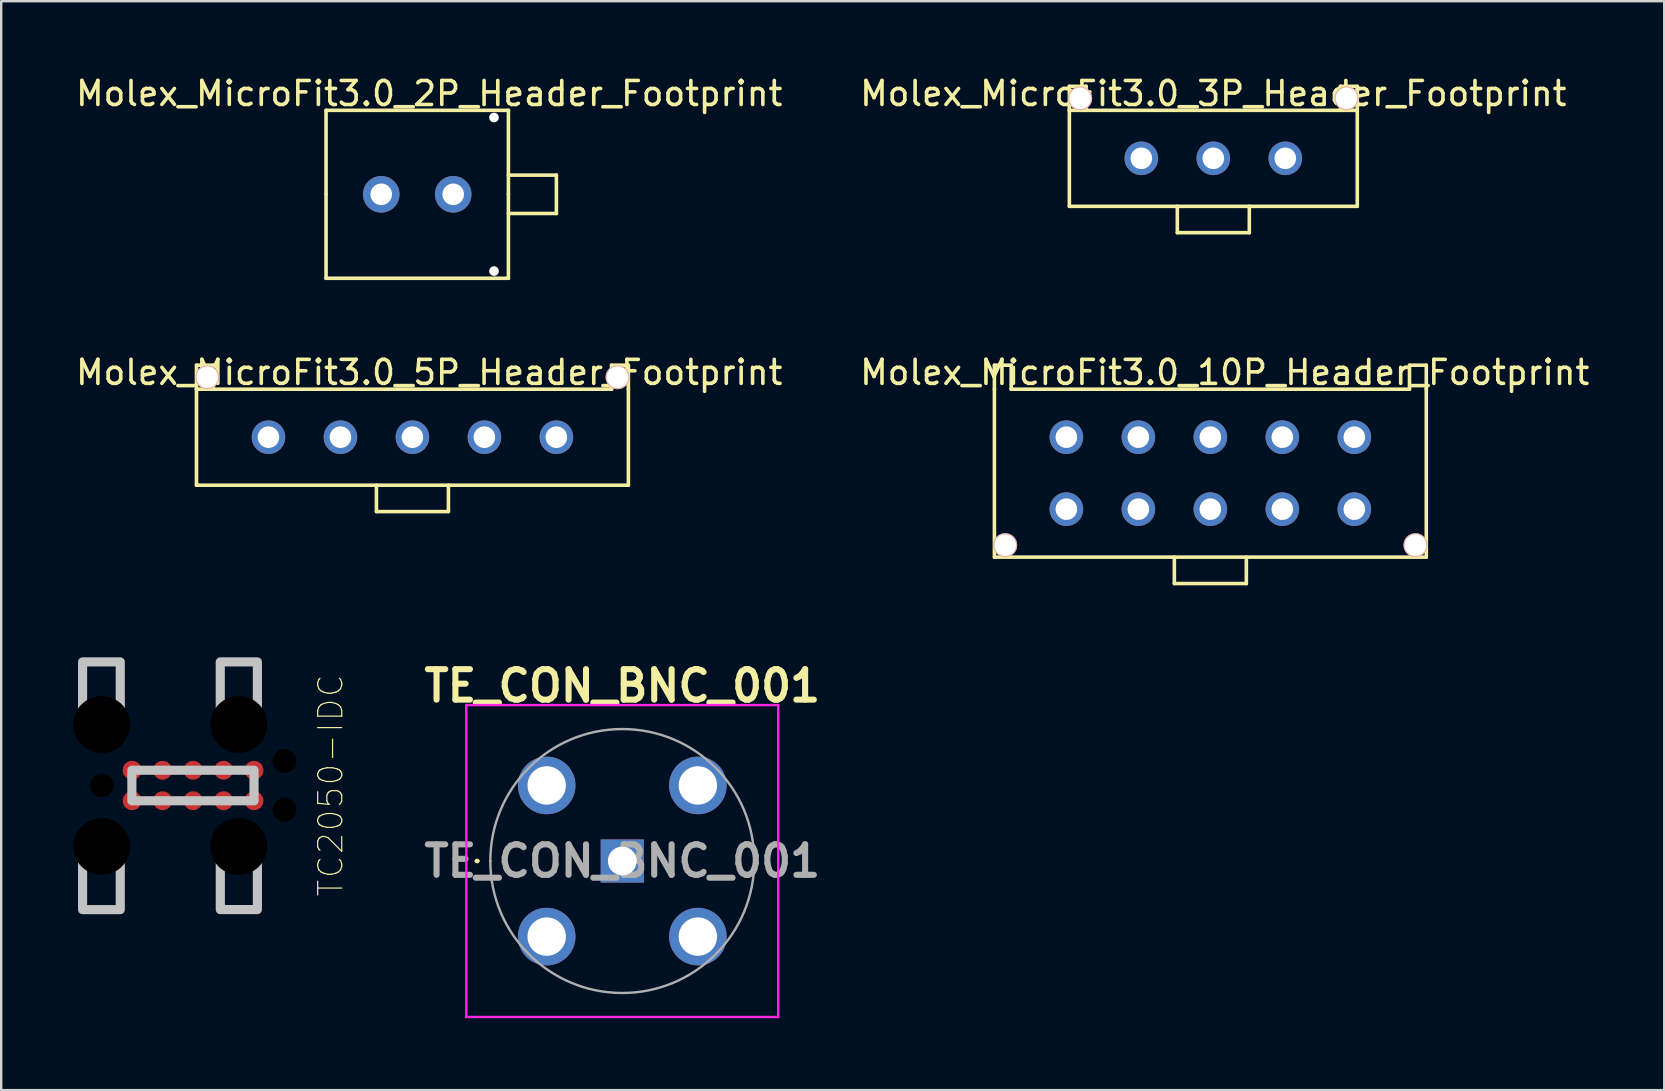
<source format=kicad_pcb>
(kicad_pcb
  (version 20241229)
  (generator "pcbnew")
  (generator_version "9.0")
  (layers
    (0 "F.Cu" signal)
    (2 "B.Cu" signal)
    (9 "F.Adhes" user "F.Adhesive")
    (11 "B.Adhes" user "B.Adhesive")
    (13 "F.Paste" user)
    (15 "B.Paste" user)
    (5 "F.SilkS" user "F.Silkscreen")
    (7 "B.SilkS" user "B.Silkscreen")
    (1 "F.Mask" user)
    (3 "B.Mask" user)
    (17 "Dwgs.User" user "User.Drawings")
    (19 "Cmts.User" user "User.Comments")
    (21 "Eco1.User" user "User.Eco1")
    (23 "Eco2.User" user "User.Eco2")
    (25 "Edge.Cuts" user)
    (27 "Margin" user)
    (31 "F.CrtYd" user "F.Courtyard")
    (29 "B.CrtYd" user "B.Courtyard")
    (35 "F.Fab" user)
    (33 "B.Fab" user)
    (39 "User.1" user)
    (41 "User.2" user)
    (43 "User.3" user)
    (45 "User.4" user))
  (footprint "Molex_MicroFit3.0_3P_Header_Footprint"
    (layer "F.Cu")
    (at 44.518 3.548)
    (property "Reference" "Molex_MicroFit3.0_3P_Header_Footprint" (at 3 -2.7 0) (layer "F.SilkS") (effects (font (size 1 1) (thickness 0.15))))
    (attr through_hole)
    (fp_line (start -3 -3) (end -2.3 -3) (stroke (width 0.15) (type solid)) (layer "F.SilkS"))
    (fp_line (start -3 -2) (end -3 -3) (stroke (width 0.15) (type solid)) (layer "F.SilkS"))
    (fp_line (start -3 -2) (end -3 2) (stroke (width 0.15) (type solid)) (layer "F.SilkS"))
    (fp_line (start -3 2) (end 9 2) (stroke (width 0.15) (type solid)) (layer "F.SilkS"))
    (fp_line (start -2.3 -3) (end -2.3 -2) (stroke (width 0.15) (type solid)) (layer "F.SilkS"))
    (fp_line (start 1.5 3.1) (end 1.5 2) (stroke (width 0.15) (type solid)) (layer "F.SilkS"))
    (fp_line (start 4.5 2) (end 4.5 3.1) (stroke (width 0.15) (type solid)) (layer "F.SilkS"))
    (fp_line (start 4.5 3.1) (end 1.5 3.1) (stroke (width 0.15) (type solid)) (layer "F.SilkS"))
    (fp_line (start 8.3 -3) (end 8.3 -2) (stroke (width 0.15) (type solid)) (layer "F.SilkS"))
    (fp_line (start 9 -3) (end 8.3 -3) (stroke (width 0.15) (type solid)) (layer "F.SilkS"))
    (fp_line (start 9 -2) (end -3 -2) (stroke (width 0.15) (type solid)) (layer "F.SilkS"))
    (fp_line (start 9 -2) (end 9 -3) (stroke (width 0.15) (type solid)) (layer "F.SilkS"))
    (fp_line (start 9 2) (end 9 -2) (stroke (width 0.15) (type solid)) (layer "F.SilkS"))
    (pad "" np_thru_hole circle (at -2.55 -2.5) (size 1 1) (drill 0.9) (layers "*.Cu" "*.Mask" "B.SilkS"))
    (pad "" np_thru_hole circle (at 8.55 -2.5) (size 1 1) (drill 0.9) (layers "*.Cu" "*.Mask" "B.SilkS"))
    (pad "1" thru_hole circle (at 0 0) (size 1.4 1.4) (drill 0.9) (layers "*.Cu" "*.Mask"))
    (pad "2" thru_hole circle (at 3 0) (size 1.4 1.4) (drill 0.9) (layers "*.Cu" "*.Mask"))
    (pad "3" thru_hole circle (at 6 0) (size 1.4 1.4) (drill 0.9) (layers "*.Cu" "*.Mask")))
  (footprint "Molex_MicroFit3.0_2P_Header_Footprint"
    (layer "F.Cu")
    (at 12.839 5.048)
    (property "Reference" "Molex_MicroFit3.0_2P_Header_Footprint" (at 2 -4.2 0) (layer "F.SilkS") (effects (font (size 1 1) (thickness 0.15))))
    (attr through_hole)
    (fp_line (start -2.3 -3.5) (end 5.3 -3.5) (stroke (width 0.15) (type solid)) (layer "F.SilkS"))
    (fp_line (start -2.3 0) (end -2.3 -3.5) (stroke (width 0.15) (type solid)) (layer "F.SilkS"))
    (fp_line (start -2.3 3.5) (end -2.3 0) (stroke (width 0.15) (type solid)) (layer "F.SilkS"))
    (fp_line (start 5.3 -3.5) (end 5.3 0) (stroke (width 0.15) (type solid)) (layer "F.SilkS"))
    (fp_line (start 5.3 -0.8) (end 7.3 -0.8) (stroke (width 0.15) (type solid)) (layer "F.SilkS"))
    (fp_line (start 5.3 0) (end 5.3 3.5) (stroke (width 0.15) (type solid)) (layer "F.SilkS"))
    (fp_line (start 5.3 3.5) (end -2.3 3.5) (stroke (width 0.15) (type solid)) (layer "F.SilkS"))
    (fp_line (start 7.3 -0.8) (end 7.3 0.8) (stroke (width 0.15) (type solid)) (layer "F.SilkS"))
    (fp_line (start 7.3 0.8) (end 5.3 0.8) (stroke (width 0.15) (type solid)) (layer "F.SilkS"))
    (pad "" np_thru_hole circle (at 4.7 -3.2) (size 0.4 0.4) (drill 0.4) (layers "*.Cu" "*.Mask"))
    (pad "" np_thru_hole circle (at 4.7 3.2) (size 0.4 0.4) (drill 0.4) (layers "*.Cu" "*.Mask"))
    (pad "1" thru_hole circle (at 0 0) (size 1.524 1.524) (drill 0.9) (layers "*.Cu" "*.Mask"))
    (pad "2" thru_hole circle (at 3 0) (size 1.524 1.524) (drill 0.9) (layers "*.Cu" "*.Mask")))
  (footprint "TE_CON_BNC_001"
    (layer "F.Cu")
    (at 22.885 32.835)
    (property "Reference" "TE_CON_BNC_001" (at 0 -7.3 0) (layer "F.SilkS") (effects (font (size 1.27 1.27) (thickness 0.254))))
    (attr through_hole)
    (fp_line (start -6.1 0) (end -6.1 0) (stroke (width 0.1) (type solid)) (layer "F.SilkS"))
    (fp_line (start -6 0) (end -6 0) (stroke (width 0.1) (type solid)) (layer "F.SilkS"))
    (fp_arc (start -6.1 0) (mid -6.05 -0.05) (end -6 0) (stroke (width 0.1) (type solid)) (layer "F.SilkS"))
    (fp_arc (start -6 0) (mid -6.05 0.05) (end -6.1 0) (stroke (width 0.1) (type solid)) (layer "F.SilkS"))
    (fp_line (start -6.5 -6.5) (end 6.5 -6.5) (stroke (width 0.1) (type solid)) (layer "F.CrtYd"))
    (fp_line (start -6.5 6.5) (end -6.5 -6.5) (stroke (width 0.1) (type solid)) (layer "F.CrtYd"))
    (fp_line (start 6.5 -6.5) (end 6.5 6.5) (stroke (width 0.1) (type solid)) (layer "F.CrtYd"))
    (fp_line (start 6.5 6.5) (end -6.5 6.5) (stroke (width 0.1) (type solid)) (layer "F.CrtYd"))
    (fp_line (start -5.5 0) (end -5.5 0) (stroke (width 0.1) (type solid)) (layer "F.Fab"))
    (fp_line (start 5.5 0) (end 5.5 0) (stroke (width 0.1) (type solid)) (layer "F.Fab"))
    (fp_arc (start -5.5 0) (mid 0 -5.5) (end 5.5 0) (stroke (width 0.1) (type solid)) (layer "F.Fab"))
    (fp_arc (start 5.5 0) (mid 0 5.5) (end -5.5 0) (stroke (width 0.1) (type solid)) (layer "F.Fab"))
    (fp_text user "${REFERENCE}" (at 0 0 0) (layer "F.Fab") (effects (font (size 1.27 1.27) (thickness 0.254))))
    (pad "1" thru_hole rect (at 0 0) (size 1.8 1.8) (drill 1.2) (layers "*.Cu" "*.Mask"))
    (pad "2" thru_hole circle (at -3.15 -3.15) (size 2.4 2.4) (drill 1.6) (layers "*.Cu" "*.Mask"))
    (pad "3" thru_hole circle (at -3.15 3.15) (size 2.4 2.4) (drill 1.6) (layers "*.Cu" "*.Mask"))
    (pad "4" thru_hole circle (at 3.15 3.15) (size 2.4 2.4) (drill 1.6) (layers "*.Cu" "*.Mask"))
    (pad "5" thru_hole circle (at 3.15 -3.15) (size 2.4 2.4) (drill 1.6) (layers "*.Cu" "*.Mask")))
  (footprint "Molex_MicroFit3.0_5P_Header_Footprint"
    (layer "F.Cu")
    (at 8.139 15.171)
    (property "Reference" "Molex_MicroFit3.0_5P_Header_Footprint" (at 6.7 -2.7 0) (layer "F.SilkS") (effects (font (size 1 1) (thickness 0.15))))
    (attr through_hole)
    (fp_line (start -3 -3) (end -2.3 -3) (stroke (width 0.15) (type solid)) (layer "F.SilkS"))
    (fp_line (start -3 -2) (end -3 -3) (stroke (width 0.15) (type solid)) (layer "F.SilkS"))
    (fp_line (start -3 -2) (end -3 2) (stroke (width 0.15) (type solid)) (layer "F.SilkS"))
    (fp_line (start -3 2) (end 15 2) (stroke (width 0.15) (type solid)) (layer "F.SilkS"))
    (fp_line (start -2.3 -3) (end -2.3 -2) (stroke (width 0.15) (type solid)) (layer "F.SilkS"))
    (fp_line (start 4.5 2) (end 4.5 3.1) (stroke (width 0.15) (type solid)) (layer "F.SilkS"))
    (fp_line (start 4.5 3.1) (end 7.5 3.1) (stroke (width 0.15) (type solid)) (layer "F.SilkS"))
    (fp_line (start 7.5 3.1) (end 7.5 2) (stroke (width 0.15) (type solid)) (layer "F.SilkS"))
    (fp_line (start 14.3 -3) (end 14.3 -2) (stroke (width 0.15) (type solid)) (layer "F.SilkS"))
    (fp_line (start 14.3 -2) (end -3 -2) (stroke (width 0.15) (type solid)) (layer "F.SilkS"))
    (fp_line (start 15 -3) (end 14.3 -3) (stroke (width 0.15) (type solid)) (layer "F.SilkS"))
    (fp_line (start 15 -2) (end 15 -3) (stroke (width 0.15) (type solid)) (layer "F.SilkS"))
    (fp_line (start 15 2) (end 15 -2) (stroke (width 0.15) (type solid)) (layer "F.SilkS"))
    (pad "" np_thru_hole circle (at -2.55 -2.5) (size 1 1) (drill 0.9) (layers "*.Cu" "*.Mask" "B.SilkS"))
    (pad "" np_thru_hole circle (at 14.55 -2.5) (size 1 1) (drill 0.9) (layers "*.Cu" "*.Mask" "B.SilkS"))
    (pad "1" thru_hole circle (at 0 0) (size 1.4 1.4) (drill 0.9) (layers "*.Cu" "*.Mask"))
    (pad "2" thru_hole circle (at 3 0) (size 1.4 1.4) (drill 0.9) (layers "*.Cu" "*.Mask"))
    (pad "3" thru_hole circle (at 6 0) (size 1.4 1.4) (drill 0.9) (layers "*.Cu" "*.Mask"))
    (pad "4" thru_hole circle (at 9 0) (size 1.4 1.4) (drill 0.9) (layers "*.Cu" "*.Mask"))
    (pad "5" thru_hole circle (at 12 0) (size 1.4 1.4) (drill 0.9) (layers "*.Cu" "*.Mask")))
  (footprint "TC2050-IDC"
    (layer "F.Cu")
    (at 4.997 29.687)
    (property "Reference" "TC2050-IDC" (at 5.734 -0.00001 90) (layer "F.SilkS") (effects (font (size 1.003 1.003) (thickness 0.05))))
    (attr smd)
    (fp_poly (pts (xy -4.605 -5.15) (xy -3.035 -5.15) (xy -3.035 -2.551) (xy -4.605 -2.551)) (stroke (width 0.381) (type solid)) (fill no) (layer "Dwgs.User"))
    (fp_poly (pts (xy -4.605 2.54) (xy -3.035 2.54) (xy -3.035 5.173) (xy -4.605 5.173)) (stroke (width 0.381) (type solid)) (fill no) (layer "Dwgs.User"))
    (fp_poly (pts (xy -2.551 -0.635) (xy 2.54 -0.635) (xy 2.54 0.638) (xy -2.551 0.638)) (stroke (width 0.381) (type solid)) (fill no) (layer "Dwgs.User"))
    (fp_poly (pts (xy 1.133 -5.15) (xy 2.68 -5.15) (xy 2.68 -2.546) (xy 1.133 -2.546)) (stroke (width 0.381) (type solid)) (fill no) (layer "Dwgs.User"))
    (fp_poly (pts (xy 1.135 2.54) (xy 2.68 2.54) (xy 2.68 5.172) (xy 1.135 5.172)) (stroke (width 0.381) (type solid)) (fill no) (layer "Dwgs.User"))
    (pad "" np_thru_hole circle (at -3.81 -2.54) (size 2.375 2.375) (drill 2.375) (layers))
    (pad "" np_thru_hole circle (at -3.81 0) (size 0.991 0.991) (drill 0.991) (layers))
    (pad "" np_thru_hole circle (at -3.81 2.54) (size 2.375 2.375) (drill 2.375) (layers))
    (pad "" np_thru_hole circle (at 1.905 -2.54) (size 2.375 2.375) (drill 2.375) (layers))
    (pad "" np_thru_hole circle (at 1.905 2.54) (size 2.375 2.375) (drill 2.375) (layers))
    (pad "" np_thru_hole circle (at 3.81 -1.016) (size 0.991 0.991) (drill 0.991) (layers))
    (pad "" np_thru_hole circle (at 3.81 1.016) (size 0.991 0.991) (drill 0.991) (layers))
    (pad "1" smd circle (at -2.54 0.635) (size 0.787 0.787) (layers "F.Cu" "F.Mask" "F.Paste"))
    (pad "2" smd circle (at -2.54 -0.635) (size 0.787 0.787) (layers "F.Cu" "F.Mask" "F.Paste"))
    (pad "3" smd circle (at -1.27 0.635) (size 0.787 0.787) (layers "F.Cu" "F.Mask" "F.Paste"))
    (pad "4" smd circle (at -1.27 -0.635) (size 0.787 0.787) (layers "F.Cu" "F.Mask" "F.Paste"))
    (pad "5" smd circle (at 0 0.635) (size 0.787 0.787) (layers "F.Cu" "F.Mask" "F.Paste"))
    (pad "6" smd circle (at 0 -0.635) (size 0.787 0.787) (layers "F.Cu" "F.Mask" "F.Paste"))
    (pad "7" smd circle (at 1.27 0.635) (size 0.787 0.787) (layers "F.Cu" "F.Mask" "F.Paste"))
    (pad "8" smd circle (at 1.27 -0.635) (size 0.787 0.787) (layers "F.Cu" "F.Mask" "F.Paste"))
    (pad "9" smd circle (at 2.54 0.635) (size 0.787 0.787) (layers "F.Cu" "F.Mask" "F.Paste"))
    (pad "10" smd circle (at 2.54 -0.635) (size 0.787 0.787) (layers "F.Cu" "F.Mask" "F.Paste")))
  (footprint "Molex_MicroFit3.0_10P_Header_Footprint"
    (layer "F.Cu")
    (at 41.394 15.171)
    (property "Reference" "Molex_MicroFit3.0_10P_Header_Footprint" (at 6.6 -2.7 0) (layer "F.SilkS") (effects (font (size 1 1) (thickness 0.15))))
    (attr through_hole)
    (fp_line (start -3 -3) (end -2.3 -3) (stroke (width 0.15) (type solid)) (layer "F.SilkS"))
    (fp_line (start -3 -2) (end -3 -3) (stroke (width 0.15) (type solid)) (layer "F.SilkS"))
    (fp_line (start -3 -2) (end -3 5) (stroke (width 0.15) (type solid)) (layer "F.SilkS"))
    (fp_line (start -3 5) (end 15 5) (stroke (width 0.15) (type solid)) (layer "F.SilkS"))
    (fp_line (start -2.3 -3) (end -2.3 -2) (stroke (width 0.15) (type solid)) (layer "F.SilkS"))
    (fp_line (start 4.5 5) (end 4.5 6.1) (stroke (width 0.15) (type solid)) (layer "F.SilkS"))
    (fp_line (start 4.5 6.1) (end 7.5 6.1) (stroke (width 0.15) (type solid)) (layer "F.SilkS"))
    (fp_line (start 7.5 6.1) (end 7.5 5) (stroke (width 0.15) (type solid)) (layer "F.SilkS"))
    (fp_line (start 14.3 -3) (end 14.3 -2) (stroke (width 0.15) (type solid)) (layer "F.SilkS"))
    (fp_line (start 14.3 -2) (end -2.3 -2) (stroke (width 0.15) (type solid)) (layer "F.SilkS"))
    (fp_line (start 15 -3) (end 14.3 -3) (stroke (width 0.15) (type solid)) (layer "F.SilkS"))
    (fp_line (start 15 -2) (end 15 -3) (stroke (width 0.15) (type solid)) (layer "F.SilkS"))
    (fp_line (start 15 5) (end 15 -2) (stroke (width 0.15) (type solid)) (layer "F.SilkS"))
    (pad "" np_thru_hole circle (at -2.55 4.5) (size 1 1) (drill 0.9) (layers "*.Cu" "*.Mask" "B.SilkS"))
    (pad "" np_thru_hole circle (at 14.55 4.5) (size 1 1) (drill 0.9) (layers "*.Cu" "*.Mask" "B.SilkS"))
    (pad "1" thru_hole circle (at 0 0) (size 1.4 1.4) (drill 0.9) (layers "*.Cu" "*.Mask"))
    (pad "2" thru_hole circle (at 0 3) (size 1.4 1.4) (drill 0.9) (layers "*.Cu" "*.Mask"))
    (pad "3" thru_hole circle (at 3 0) (size 1.4 1.4) (drill 0.9) (layers "*.Cu" "*.Mask"))
    (pad "4" thru_hole circle (at 3 3) (size 1.4 1.4) (drill 0.9) (layers "*.Cu" "*.Mask"))
    (pad "5" thru_hole circle (at 6 0) (size 1.4 1.4) (drill 0.9) (layers "*.Cu" "*.Mask"))
    (pad "6" thru_hole circle (at 6 3) (size 1.4 1.4) (drill 0.9) (layers "*.Cu" "*.Mask"))
    (pad "7" thru_hole circle (at 9 0) (size 1.4 1.4) (drill 0.9) (layers "*.Cu" "*.Mask"))
    (pad "8" thru_hole circle (at 9 3) (size 1.4 1.4) (drill 0.9) (layers "*.Cu" "*.Mask"))
    (pad "9" thru_hole circle (at 12 0) (size 1.4 1.4) (drill 0.9) (layers "*.Cu" "*.Mask"))
    (pad "10" thru_hole circle (at 12 3) (size 1.4 1.4) (drill 0.9) (layers "*.Cu" "*.Mask")))
  (gr_rect
    (start -3 -3)
    (end 66.31 42.385)
    (stroke (width 0.1) (type default))
    (fill no)
    (layer "Edge.Cuts")))
</source>
